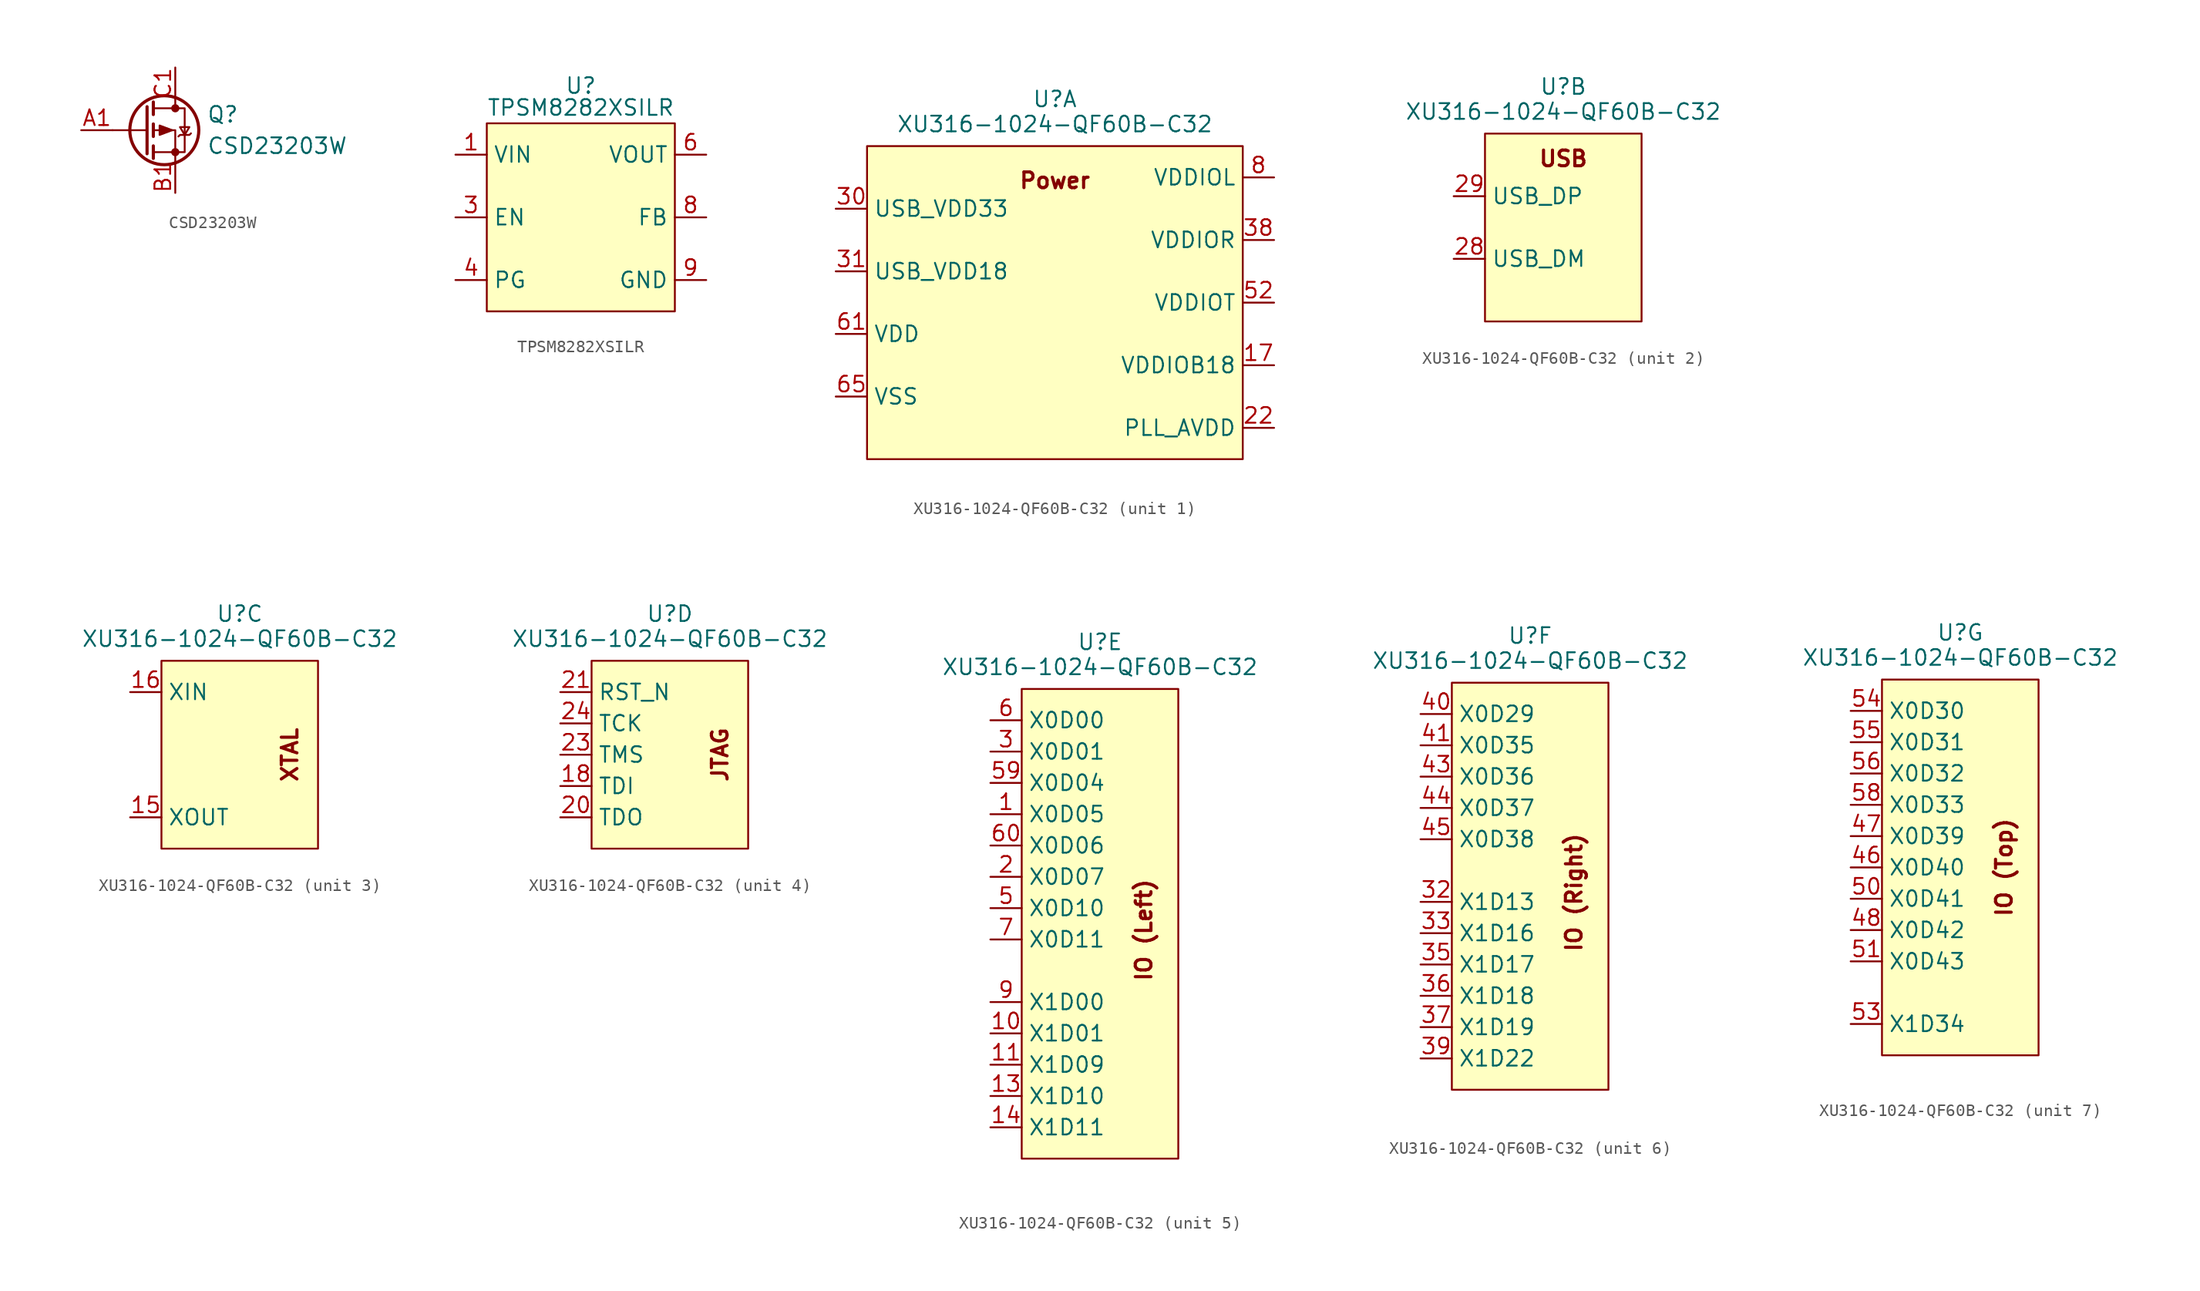
<source format=kicad_sym>
(kicad_symbol_lib
  (version 20231120)
  (generator "kicad_symbol_editor")
  (generator_version "8.0")
  (symbol "CSD23203W"
    (pin_names
      (offset 0) hide)
    (property "Reference" "Q"
      (at 5.08 1.27 0)
      (effects (font (size 1.27 1.27)) (justify left)))
    (property "Value" "CSD23203W"
      (at 5.08 -1.27 0)
      (effects (font (size 1.27 1.27)) (justify left)))
    (symbol "CSD23203W_0_1"
      (polyline (pts (xy 0.254 0) (xy -2.54 0)) (stroke (width 0) (type default)) (fill (type none)))
      (polyline (pts (xy 0.254 1.905) (xy 0.254 -1.905)) (stroke (width 0.254) (type default)) (fill (type none)))
      (polyline (pts (xy 0.762 -1.27) (xy 0.762 -2.286)) (stroke (width 0.254) (type default)) (fill (type none)))
      (polyline (pts (xy 0.762 0.508) (xy 0.762 -0.508)) (stroke (width 0.254) (type default)) (fill (type none)))
      (polyline (pts (xy 0.762 2.286) (xy 0.762 1.27)) (stroke (width 0.254) (type default)) (fill (type none)))
      (polyline (pts (xy 2.54 2.54) (xy 2.54 1.778)) (stroke (width 0) (type default)) (fill (type none)))
      (polyline (pts (xy 2.54 -2.54) (xy 2.54 0) (xy 0.762 0)) (stroke (width 0) (type default)) (fill (type none)))
      (polyline (pts (xy 0.762 1.778) (xy 3.302 1.778) (xy 3.302 -1.778) (xy 0.762 -1.778)) (stroke (width 0) (type default)) (fill (type none)))
      (polyline (pts (xy 2.286 0) (xy 1.27 0.381) (xy 1.27 -0.381) (xy 2.286 0)) (stroke (width 0) (type default)) (fill (type outline)))
      (polyline (pts (xy 2.794 -0.508) (xy 2.921 -0.381) (xy 3.683 -0.381) (xy 3.81 -0.254)) (stroke (width 0) (type default)) (fill (type none)))
      (polyline (pts (xy 3.302 -0.381) (xy 2.921 0.254) (xy 3.683 0.254) (xy 3.302 -0.381)) (stroke (width 0) (type default)) (fill (type none)))
      (circle (center 1.651 0) (radius 2.794) (stroke (width 0.254) (type default)) (fill (type none)))
      (circle (center 2.54 -1.778) (radius 0.254) (stroke (width 0) (type default)) (fill (type outline)))
      (circle (center 2.54 1.778) (radius 0.254) (stroke (width 0) (type default)) (fill (type outline))))
    (symbol "CSD23203W_1_1"
      (pin input line (at -5.08 0 0) (length 2.54) (name "G" (effects (font (size 1.27 1.27)))) (number "A1" (effects (font (size 1.27 1.27)))))
      (pin passive line (at 2.54 -5.08 90) (length 2.54) hide (name "S" (effects (font (size 1.27 1.27)))) (number "A2" (effects (font (size 1.27 1.27)))))
      (pin passive line (at 2.54 -5.08 90) (length 2.54) (name "S" (effects (font (size 1.27 1.27)))) (number "B1" (effects (font (size 1.27 1.27)))))
      (pin passive line (at 2.54 -5.08 90) (length 2.54) hide (name "S" (effects (font (size 1.27 1.27)))) (number "B2" (effects (font (size 1.27 1.27)))))
      (pin passive line (at 2.54 5.08 270) (length 2.54) (name "D" (effects (font (size 1.27 1.27)))) (number "C1" (effects (font (size 1.27 1.27)))))
      (pin passive line (at 2.54 5.08 270) (length 2.54) hide (name "D" (effects (font (size 1.27 1.27)))) (number "C2" (effects (font (size 1.27 1.27)))))))
  (symbol "TPSM8282XSILR"
    (property "Reference" "U"
      (at 0 1.778 0)
      (effects (font (size 1.27 1.27))))
    (property "Value" "TPSM8282XSILR"
      (at 0 0 0)
      (effects (font (size 1.27 1.27))))
    (symbol "TPSM8282XSILR_1_1"
      (rectangle (start -7.62 -1.27) (end 7.62 -16.51) (stroke (width 0) (type default)) (fill (type background)))
      (pin power_in line (at -10.16 -3.81 0) (length 2.54) (name "VIN" (effects (font (size 1.27 1.27)))) (number "1" (effects (font (size 1.27 1.27)))))
      (pin passive line (at 10.16 -13.97 180) (length 2.54) hide (name "GND" (effects (font (size 1.27 1.27)))) (number "10" (effects (font (size 1.27 1.27)))))
      (pin passive line (at -10.16 -3.81 0) (length 2.54) hide (name "VIN" (effects (font (size 1.27 1.27)))) (number "2" (effects (font (size 1.27 1.27)))))
      (pin input line (at -10.16 -8.89 0) (length 2.54) (name "EN" (effects (font (size 1.27 1.27)))) (number "3" (effects (font (size 1.27 1.27)))))
      (pin open_collector line (at -10.16 -13.97 0) (length 2.54) (name "PG" (effects (font (size 1.27 1.27)))) (number "4" (effects (font (size 1.27 1.27)))))
      (pin power_out line (at 10.16 -3.81 180) (length 2.54) (name "VOUT" (effects (font (size 1.27 1.27)))) (number "6" (effects (font (size 1.27 1.27)))))
      (pin passive line (at 10.16 -3.81 180) (length 2.54) hide (name "VOUT" (effects (font (size 1.27 1.27)))) (number "7" (effects (font (size 1.27 1.27)))))
      (pin input line (at 10.16 -8.89 180) (length 2.54) (name "FB" (effects (font (size 1.27 1.27)))) (number "8" (effects (font (size 1.27 1.27)))))
      (pin power_in line (at 10.16 -13.97 180) (length 2.54) (name "GND" (effects (font (size 1.27 1.27)))) (number "9" (effects (font (size 1.27 1.27)))))))
  (symbol "XU316-1024-QF60B-C32"
    (property "Reference" "U"
      (at 0 0 0)
      (do_not_autoplace)
      (effects (font (size 1.27 1.27))))
    (property "Value" "XU316-1024-QF60B-C32"
      (at 0 -2.032 0)
      (do_not_autoplace)
      (effects (font (size 1.27 1.27))))
    (property "ki_locked" ""
      (at 0 0 0)
      (effects (font (size 1.27 1.27))))
    (symbol "XU316-1024-QF60B-C32_0_1"
      (pin no_connect line (at 0 0 0) (length 2.54) hide (name "NC" (effects (font (size 1.27 1.27)))) (number "25" (effects (font (size 1.27 1.27))))))
    (symbol "XU316-1024-QF60B-C32_1_1"
      (rectangle (start -15.24 -3.81) (end 15.24 -29.21) (stroke (width 0) (type default)) (fill (type background)))
      (text "Power" (at 0 -6.604 0) (effects (font (size 1.27 1.27) (bold yes))))
      (pin power_in line (at -17.78 -19.05 0) (length 2.54) hide (name "VDD" (effects (font (size 1.27 1.27)))) (number "12" (effects (font (size 1.27 1.27)))))
      (pin power_in line (at 17.78 -21.59 180) (length 2.54) (name "VDDIOB18" (effects (font (size 1.27 1.27)))) (number "17" (effects (font (size 1.27 1.27)))))
      (pin power_in line (at -17.78 -19.05 0) (length 2.54) hide (name "VDD" (effects (font (size 1.27 1.27)))) (number "19" (effects (font (size 1.27 1.27)))))
      (pin power_in line (at 17.78 -26.67 180) (length 2.54) (name "PLL_AVDD" (effects (font (size 1.27 1.27)))) (number "22" (effects (font (size 1.27 1.27)))))
      (pin power_in line (at 17.78 -21.59 180) (length 2.54) hide (name "VDDIOB18" (effects (font (size 1.27 1.27)))) (number "26" (effects (font (size 1.27 1.27)))))
      (pin power_in line (at -17.78 -19.05 0) (length 2.54) hide (name "VDD" (effects (font (size 1.27 1.27)))) (number "27" (effects (font (size 1.27 1.27)))))
      (pin power_in line (at -17.78 -8.89 0) (length 2.54) (name "USB_VDD33" (effects (font (size 1.27 1.27)))) (number "30" (effects (font (size 1.27 1.27)))))
      (pin power_in line (at -17.78 -13.97 0) (length 2.54) (name "USB_VDD18" (effects (font (size 1.27 1.27)))) (number "31" (effects (font (size 1.27 1.27)))))
      (pin power_in line (at -17.78 -19.05 0) (length 2.54) hide (name "VDD" (effects (font (size 1.27 1.27)))) (number "34" (effects (font (size 1.27 1.27)))))
      (pin power_in line (at 17.78 -11.43 180) (length 2.54) (name "VDDIOR" (effects (font (size 1.27 1.27)))) (number "38" (effects (font (size 1.27 1.27)))))
      (pin power_in line (at -17.78 -19.05 0) (length 2.54) hide (name "VDD" (effects (font (size 1.27 1.27)))) (number "4" (effects (font (size 1.27 1.27)))))
      (pin power_in line (at -17.78 -19.05 0) (length 2.54) hide (name "VDD" (effects (font (size 1.27 1.27)))) (number "42" (effects (font (size 1.27 1.27)))))
      (pin power_in line (at -17.78 -19.05 0) (length 2.54) hide (name "VDD" (effects (font (size 1.27 1.27)))) (number "49" (effects (font (size 1.27 1.27)))))
      (pin power_in line (at 17.78 -16.51 180) (length 2.54) (name "VDDIOT" (effects (font (size 1.27 1.27)))) (number "52" (effects (font (size 1.27 1.27)))))
      (pin power_in line (at -17.78 -19.05 0) (length 2.54) hide (name "VDD" (effects (font (size 1.27 1.27)))) (number "57" (effects (font (size 1.27 1.27)))))
      (pin power_in line (at -17.78 -19.05 0) (length 2.54) (name "VDD" (effects (font (size 1.27 1.27)))) (number "61" (effects (font (size 1.27 1.27)))))
      (pin power_in line (at -17.78 -19.05 0) (length 2.54) hide (name "VDD" (effects (font (size 1.27 1.27)))) (number "62" (effects (font (size 1.27 1.27)))))
      (pin power_in line (at -17.78 -19.05 0) (length 2.54) hide (name "VDD" (effects (font (size 1.27 1.27)))) (number "63" (effects (font (size 1.27 1.27)))))
      (pin power_in line (at -17.78 -19.05 0) (length 2.54) hide (name "VDD" (effects (font (size 1.27 1.27)))) (number "64" (effects (font (size 1.27 1.27)))))
      (pin power_in line (at -17.78 -24.13 0) (length 2.54) (name "VSS" (effects (font (size 1.27 1.27)))) (number "65" (effects (font (size 1.27 1.27)))))
      (pin power_in line (at 17.78 -6.35 180) (length 2.54) (name "VDDIOL" (effects (font (size 1.27 1.27)))) (number "8" (effects (font (size 1.27 1.27))))))
    (symbol "XU316-1024-QF60B-C32_2_1"
      (rectangle (start -6.35 -3.81) (end 6.35 -19.05) (stroke (width 0) (type default)) (fill (type background)))
      (text "USB" (at 0 -5.842 0) (effects (font (size 1.27 1.27) (bold yes))))
      (pin bidirectional line (at -8.89 -13.97 0) (length 2.54) (name "USB_DM" (effects (font (size 1.27 1.27)))) (number "28" (effects (font (size 1.27 1.27)))))
      (pin bidirectional line (at -8.89 -8.89 0) (length 2.54) (name "USB_DP" (effects (font (size 1.27 1.27)))) (number "29" (effects (font (size 1.27 1.27))))))
    (symbol "XU316-1024-QF60B-C32_3_1"
      (rectangle (start -6.35 -3.81) (end 6.35 -19.05) (stroke (width 0) (type default)) (fill (type background)))
      (text "XTAL" (at 4.064 -11.43 900) (effects (font (size 1.27 1.27) (bold yes))))
      (pin passive line (at -8.89 -16.51 0) (length 2.54) (name "XOUT" (effects (font (size 1.27 1.27)))) (number "15" (effects (font (size 1.27 1.27)))))
      (pin passive line (at -8.89 -6.35 0) (length 2.54) (name "XIN" (effects (font (size 1.27 1.27)))) (number "16" (effects (font (size 1.27 1.27))))))
    (symbol "XU316-1024-QF60B-C32_4_1"
      (rectangle (start -6.35 -3.81) (end 6.35 -19.05) (stroke (width 0) (type default)) (fill (type background)))
      (text "JTAG" (at 4.064 -11.43 900) (effects (font (size 1.27 1.27) (bold yes))))
      (pin input line (at -8.89 -13.97 0) (length 2.54) (name "TDI" (effects (font (size 1.27 1.27)))) (number "18" (effects (font (size 1.27 1.27)))))
      (pin output line (at -8.89 -16.51 0) (length 2.54) (name "TDO" (effects (font (size 1.27 1.27)))) (number "20" (effects (font (size 1.27 1.27)))))
      (pin input line (at -8.89 -6.35 0) (length 2.54) (name "RST_N" (effects (font (size 1.27 1.27)))) (number "21" (effects (font (size 1.27 1.27)))))
      (pin input line (at -8.89 -11.43 0) (length 2.54) (name "TMS" (effects (font (size 1.27 1.27)))) (number "23" (effects (font (size 1.27 1.27)))))
      (pin input line (at -8.89 -8.89 0) (length 2.54) (name "TCK" (effects (font (size 1.27 1.27)))) (number "24" (effects (font (size 1.27 1.27))))))
    (symbol "XU316-1024-QF60B-C32_5_1"
      (rectangle (start -6.35 -3.81) (end 6.35 -41.91) (stroke (width 0) (type default)) (fill (type background)))
      (text "IO (Left)" (at 3.556 -23.368 900) (effects (font (size 1.27 1.27) (bold yes))))
      (pin bidirectional line (at -8.89 -13.97 0) (length 2.54) (name "X0D05" (effects (font (size 1.27 1.27)))) (number "1" (effects (font (size 1.27 1.27)))))
      (pin bidirectional line (at -8.89 -31.75 0) (length 2.54) (name "X1D01" (effects (font (size 1.27 1.27)))) (number "10" (effects (font (size 1.27 1.27)))))
      (pin bidirectional line (at -8.89 -34.29 0) (length 2.54) (name "X1D09" (effects (font (size 1.27 1.27)))) (number "11" (effects (font (size 1.27 1.27)))))
      (pin bidirectional line (at -8.89 -36.83 0) (length 2.54) (name "X1D10" (effects (font (size 1.27 1.27)))) (number "13" (effects (font (size 1.27 1.27)))))
      (pin bidirectional line (at -8.89 -39.37 0) (length 2.54) (name "X1D11" (effects (font (size 1.27 1.27)))) (number "14" (effects (font (size 1.27 1.27)))))
      (pin bidirectional line (at -8.89 -19.05 0) (length 2.54) (name "X0D07" (effects (font (size 1.27 1.27)))) (number "2" (effects (font (size 1.27 1.27)))))
      (pin bidirectional line (at -8.89 -8.89 0) (length 2.54) (name "X0D01" (effects (font (size 1.27 1.27)))) (number "3" (effects (font (size 1.27 1.27)))))
      (pin bidirectional line (at -8.89 -21.59 0) (length 2.54) (name "X0D10" (effects (font (size 1.27 1.27)))) (number "5" (effects (font (size 1.27 1.27)))))
      (pin bidirectional line (at -8.89 -11.43 0) (length 2.54) (name "X0D04" (effects (font (size 1.27 1.27)))) (number "59" (effects (font (size 1.27 1.27)))))
      (pin bidirectional line (at -8.89 -6.35 0) (length 2.54) (name "X0D00" (effects (font (size 1.27 1.27)))) (number "6" (effects (font (size 1.27 1.27)))))
      (pin bidirectional line (at -8.89 -16.51 0) (length 2.54) (name "X0D06" (effects (font (size 1.27 1.27)))) (number "60" (effects (font (size 1.27 1.27)))))
      (pin bidirectional line (at -8.89 -24.13 0) (length 2.54) (name "X0D11" (effects (font (size 1.27 1.27)))) (number "7" (effects (font (size 1.27 1.27)))))
      (pin bidirectional line (at -8.89 -29.21 0) (length 2.54) (name "X1D00" (effects (font (size 1.27 1.27)))) (number "9" (effects (font (size 1.27 1.27))))))
    (symbol "XU316-1024-QF60B-C32_6_1"
      (rectangle (start -6.35 -3.81) (end 6.35 -36.83) (stroke (width 0) (type default)) (fill (type background)))
      (text "IO (Right)" (at 3.556 -20.828 900) (effects (font (size 1.27 1.27) (bold yes))))
      (pin bidirectional line (at -8.89 -21.59 0) (length 2.54) (name "X1D13" (effects (font (size 1.27 1.27)))) (number "32" (effects (font (size 1.27 1.27)))))
      (pin bidirectional line (at -8.89 -24.13 0) (length 2.54) (name "X1D16" (effects (font (size 1.27 1.27)))) (number "33" (effects (font (size 1.27 1.27)))))
      (pin bidirectional line (at -8.89 -26.67 0) (length 2.54) (name "X1D17" (effects (font (size 1.27 1.27)))) (number "35" (effects (font (size 1.27 1.27)))))
      (pin bidirectional line (at -8.89 -29.21 0) (length 2.54) (name "X1D18" (effects (font (size 1.27 1.27)))) (number "36" (effects (font (size 1.27 1.27)))))
      (pin bidirectional line (at -8.89 -31.75 0) (length 2.54) (name "X1D19" (effects (font (size 1.27 1.27)))) (number "37" (effects (font (size 1.27 1.27)))))
      (pin bidirectional line (at -8.89 -34.29 0) (length 2.54) (name "X1D22" (effects (font (size 1.27 1.27)))) (number "39" (effects (font (size 1.27 1.27)))))
      (pin bidirectional line (at -8.89 -6.35 0) (length 2.54) (name "X0D29" (effects (font (size 1.27 1.27)))) (number "40" (effects (font (size 1.27 1.27)))))
      (pin bidirectional line (at -8.89 -8.89 0) (length 2.54) (name "X0D35" (effects (font (size 1.27 1.27)))) (number "41" (effects (font (size 1.27 1.27)))))
      (pin bidirectional line (at -8.89 -11.43 0) (length 2.54) (name "X0D36" (effects (font (size 1.27 1.27)))) (number "43" (effects (font (size 1.27 1.27)))))
      (pin bidirectional line (at -8.89 -13.97 0) (length 2.54) (name "X0D37" (effects (font (size 1.27 1.27)))) (number "44" (effects (font (size 1.27 1.27)))))
      (pin bidirectional line (at -8.89 -16.51 0) (length 2.54) (name "X0D38" (effects (font (size 1.27 1.27)))) (number "45" (effects (font (size 1.27 1.27))))))
    (symbol "XU316-1024-QF60B-C32_7_1"
      (rectangle (start -6.35 -3.81) (end 6.35 -34.29) (stroke (width 0) (type default)) (fill (type background)))
      (text "IO (Top)" (at 3.556 -19.05 900) (effects (font (size 1.27 1.27) (bold yes))))
      (pin bidirectional line (at -8.89 -19.05 0) (length 2.54) (name "X0D40" (effects (font (size 1.27 1.27)))) (number "46" (effects (font (size 1.27 1.27)))))
      (pin bidirectional line (at -8.89 -16.51 0) (length 2.54) (name "X0D39" (effects (font (size 1.27 1.27)))) (number "47" (effects (font (size 1.27 1.27)))))
      (pin bidirectional line (at -8.89 -24.13 0) (length 2.54) (name "X0D42" (effects (font (size 1.27 1.27)))) (number "48" (effects (font (size 1.27 1.27)))))
      (pin bidirectional line (at -8.89 -21.59 0) (length 2.54) (name "X0D41" (effects (font (size 1.27 1.27)))) (number "50" (effects (font (size 1.27 1.27)))))
      (pin bidirectional line (at -8.89 -26.67 0) (length 2.54) (name "X0D43" (effects (font (size 1.27 1.27)))) (number "51" (effects (font (size 1.27 1.27)))))
      (pin bidirectional line (at -8.89 -31.75 0) (length 2.54) (name "X1D34" (effects (font (size 1.27 1.27)))) (number "53" (effects (font (size 1.27 1.27)))))
      (pin bidirectional line (at -8.89 -6.35 0) (length 2.54) (name "X0D30" (effects (font (size 1.27 1.27)))) (number "54" (effects (font (size 1.27 1.27)))))
      (pin bidirectional line (at -8.89 -8.89 0) (length 2.54) (name "X0D31" (effects (font (size 1.27 1.27)))) (number "55" (effects (font (size 1.27 1.27)))))
      (pin bidirectional line (at -8.89 -11.43 0) (length 2.54) (name "X0D32" (effects (font (size 1.27 1.27)))) (number "56" (effects (font (size 1.27 1.27)))))
      (pin bidirectional line (at -8.89 -13.97 0) (length 2.54) (name "X0D33" (effects (font (size 1.27 1.27)))) (number "58" (effects (font (size 1.27 1.27))))))))
</source>
